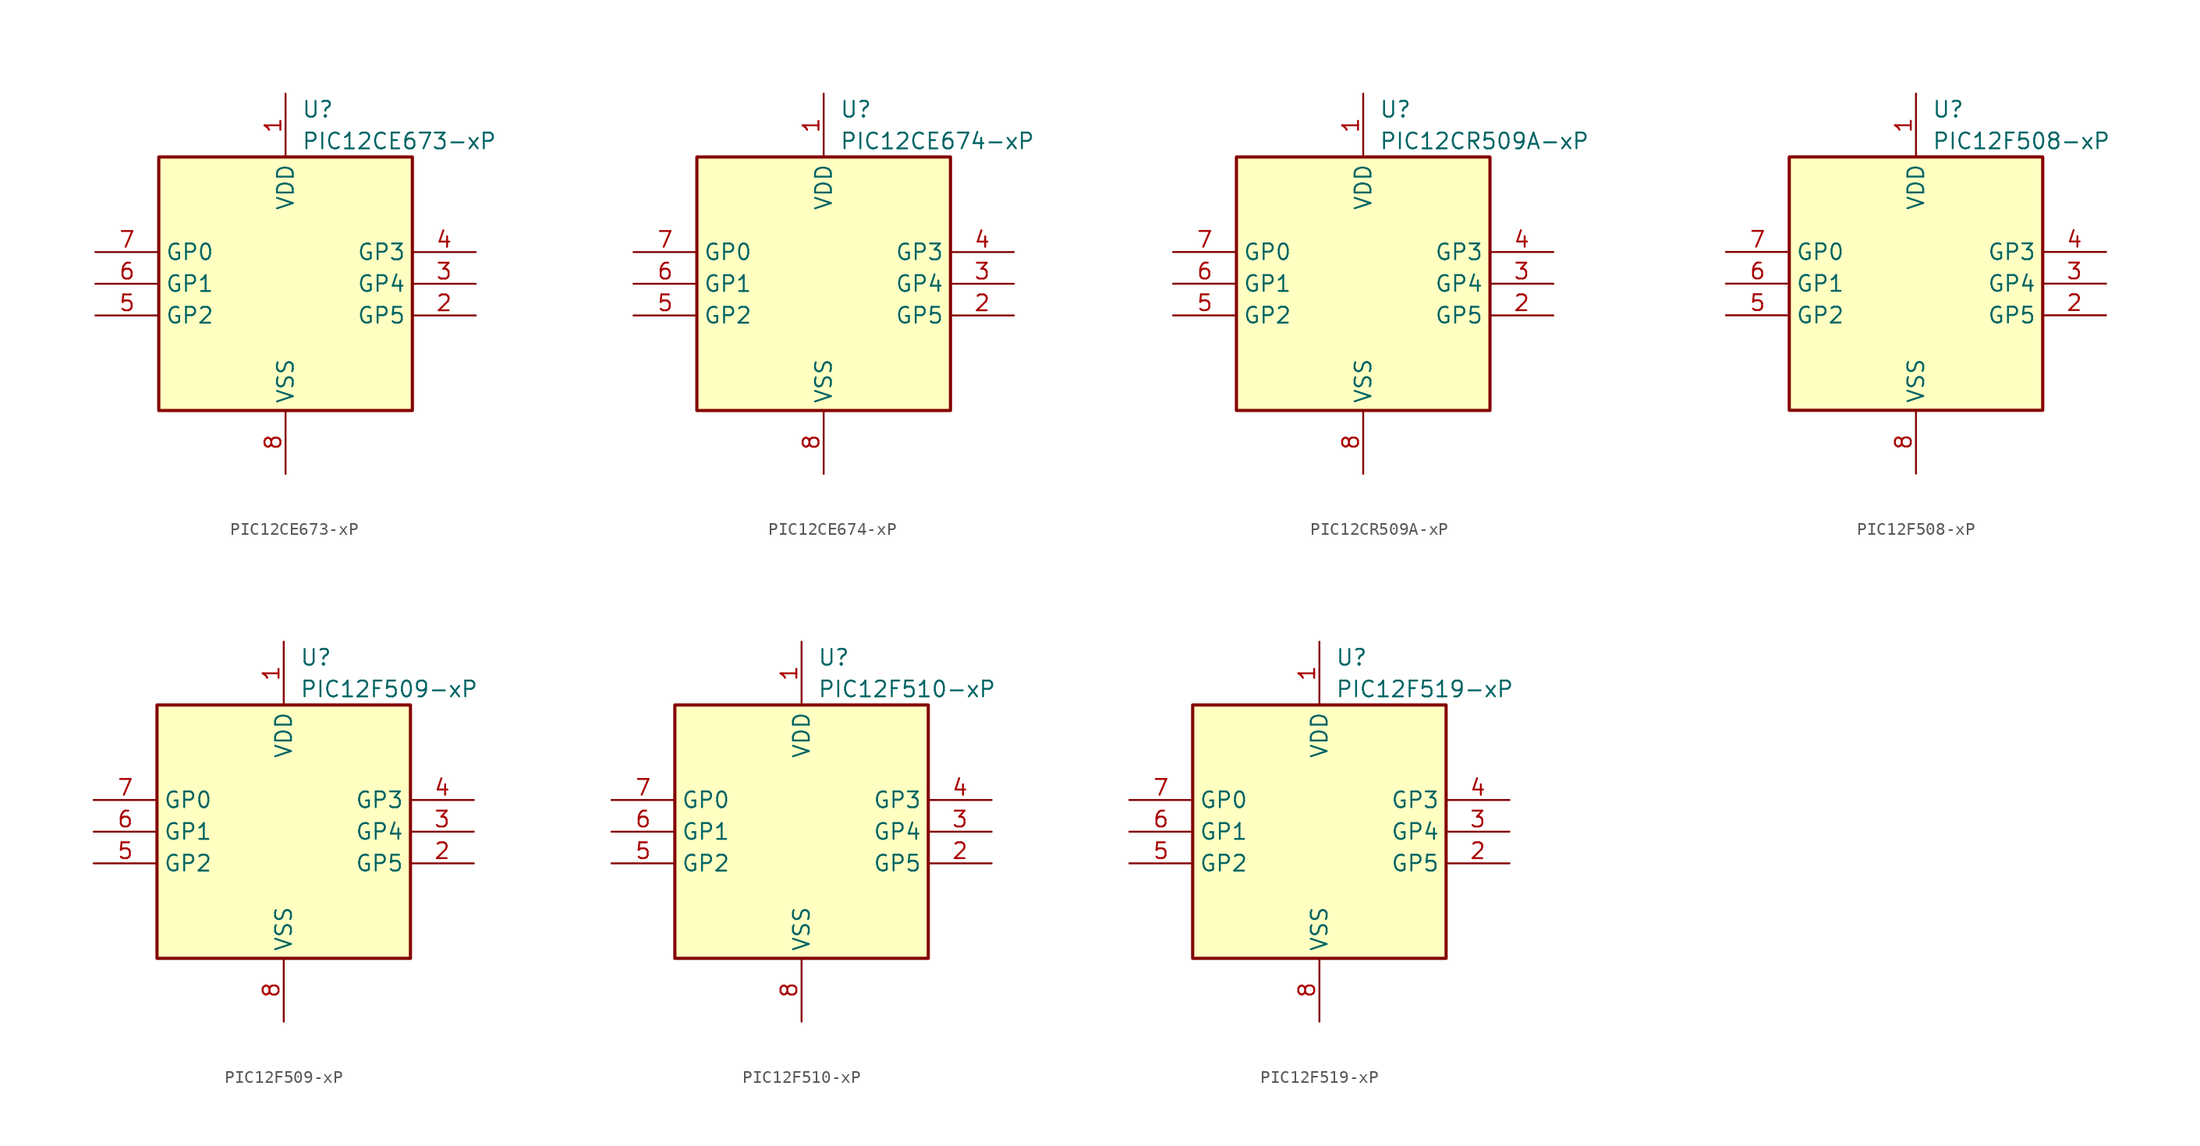
<source format=kicad_sym>
(kicad_symbol_lib
  (version 20241209)
  (generator "kicad_symbol_editor")
  (generator_version "9.0")
  (symbol "PIC12CE673-xP"
    (property "Reference" "U"
      (at 1.27 13.97 0)
      (effects (font (size 1.27 1.27)) (justify left)))
    (property "Value" "PIC12CE673-xP"
      (at 1.27 11.43 0)
      (effects (font (size 1.27 1.27)) (justify left)))
    (symbol "PIC12CE673-xP_0_1"
      (rectangle (start 10.16 -10.16) (end -10.16 10.16) (stroke (width 0.254) (type default)) (fill (type background))))
    (symbol "PIC12CE673-xP_1_1"
      (pin bidirectional line (at -15.24 2.54 0) (length 5.08) (name "GP0" (effects (font (size 1.27 1.27)))) (number "7" (effects (font (size 1.27 1.27)))))
      (pin bidirectional line (at -15.24 0 0) (length 5.08) (name "GP1" (effects (font (size 1.27 1.27)))) (number "6" (effects (font (size 1.27 1.27)))))
      (pin bidirectional line (at -15.24 -2.54 0) (length 5.08) (name "GP2" (effects (font (size 1.27 1.27)))) (number "5" (effects (font (size 1.27 1.27)))))
      (pin power_in line (at 0 15.24 270) (length 5.08) (name "VDD" (effects (font (size 1.27 1.27)))) (number "1" (effects (font (size 1.27 1.27)))))
      (pin power_in line (at 0 -15.24 90) (length 5.08) (name "VSS" (effects (font (size 1.27 1.27)))) (number "8" (effects (font (size 1.27 1.27)))))
      (pin input line (at 15.24 2.54 180) (length 5.08) (name "GP3" (effects (font (size 1.27 1.27)))) (number "4" (effects (font (size 1.27 1.27)))))
      (pin bidirectional line (at 15.24 0 180) (length 5.08) (name "GP4" (effects (font (size 1.27 1.27)))) (number "3" (effects (font (size 1.27 1.27)))))
      (pin bidirectional line (at 15.24 -2.54 180) (length 5.08) (name "GP5" (effects (font (size 1.27 1.27)))) (number "2" (effects (font (size 1.27 1.27)))))))
  (symbol "PIC12CE674-xP"
    (property "Reference" "U"
      (at 1.27 13.97 0)
      (effects (font (size 1.27 1.27)) (justify left)))
    (property "Value" "PIC12CE674-xP"
      (at 1.27 11.43 0)
      (effects (font (size 1.27 1.27)) (justify left)))
    (symbol "PIC12CE674-xP_0_1"
      (rectangle (start 10.16 -10.16) (end -10.16 10.16) (stroke (width 0.254) (type default)) (fill (type background))))
    (symbol "PIC12CE674-xP_1_1"
      (pin bidirectional line (at -15.24 2.54 0) (length 5.08) (name "GP0" (effects (font (size 1.27 1.27)))) (number "7" (effects (font (size 1.27 1.27)))))
      (pin bidirectional line (at -15.24 0 0) (length 5.08) (name "GP1" (effects (font (size 1.27 1.27)))) (number "6" (effects (font (size 1.27 1.27)))))
      (pin bidirectional line (at -15.24 -2.54 0) (length 5.08) (name "GP2" (effects (font (size 1.27 1.27)))) (number "5" (effects (font (size 1.27 1.27)))))
      (pin power_in line (at 0 15.24 270) (length 5.08) (name "VDD" (effects (font (size 1.27 1.27)))) (number "1" (effects (font (size 1.27 1.27)))))
      (pin power_in line (at 0 -15.24 90) (length 5.08) (name "VSS" (effects (font (size 1.27 1.27)))) (number "8" (effects (font (size 1.27 1.27)))))
      (pin input line (at 15.24 2.54 180) (length 5.08) (name "GP3" (effects (font (size 1.27 1.27)))) (number "4" (effects (font (size 1.27 1.27)))))
      (pin bidirectional line (at 15.24 0 180) (length 5.08) (name "GP4" (effects (font (size 1.27 1.27)))) (number "3" (effects (font (size 1.27 1.27)))))
      (pin bidirectional line (at 15.24 -2.54 180) (length 5.08) (name "GP5" (effects (font (size 1.27 1.27)))) (number "2" (effects (font (size 1.27 1.27)))))))
  (symbol "PIC12CR509A-xP"
    (property "Reference" "U"
      (at 1.27 13.97 0)
      (effects (font (size 1.27 1.27)) (justify left)))
    (property "Value" "PIC12CR509A-xP"
      (at 1.27 11.43 0)
      (effects (font (size 1.27 1.27)) (justify left)))
    (symbol "PIC12CR509A-xP_0_1"
      (rectangle (start 10.16 -10.16) (end -10.16 10.16) (stroke (width 0.254) (type default)) (fill (type background))))
    (symbol "PIC12CR509A-xP_1_1"
      (pin bidirectional line (at -15.24 2.54 0) (length 5.08) (name "GP0" (effects (font (size 1.27 1.27)))) (number "7" (effects (font (size 1.27 1.27)))))
      (pin bidirectional line (at -15.24 0 0) (length 5.08) (name "GP1" (effects (font (size 1.27 1.27)))) (number "6" (effects (font (size 1.27 1.27)))))
      (pin bidirectional line (at -15.24 -2.54 0) (length 5.08) (name "GP2" (effects (font (size 1.27 1.27)))) (number "5" (effects (font (size 1.27 1.27)))))
      (pin power_in line (at 0 15.24 270) (length 5.08) (name "VDD" (effects (font (size 1.27 1.27)))) (number "1" (effects (font (size 1.27 1.27)))))
      (pin power_in line (at 0 -15.24 90) (length 5.08) (name "VSS" (effects (font (size 1.27 1.27)))) (number "8" (effects (font (size 1.27 1.27)))))
      (pin input line (at 15.24 2.54 180) (length 5.08) (name "GP3" (effects (font (size 1.27 1.27)))) (number "4" (effects (font (size 1.27 1.27)))))
      (pin bidirectional line (at 15.24 0 180) (length 5.08) (name "GP4" (effects (font (size 1.27 1.27)))) (number "3" (effects (font (size 1.27 1.27)))))
      (pin bidirectional line (at 15.24 -2.54 180) (length 5.08) (name "GP5" (effects (font (size 1.27 1.27)))) (number "2" (effects (font (size 1.27 1.27)))))))
  (symbol "PIC12F508-xP"
    (property "Reference" "U"
      (at 1.27 13.97 0)
      (effects (font (size 1.27 1.27)) (justify left)))
    (property "Value" "PIC12F508-xP"
      (at 1.27 11.43 0)
      (effects (font (size 1.27 1.27)) (justify left)))
    (symbol "PIC12F508-xP_0_1"
      (rectangle (start 10.16 -10.16) (end -10.16 10.16) (stroke (width 0.254) (type default)) (fill (type background))))
    (symbol "PIC12F508-xP_1_1"
      (pin bidirectional line (at -15.24 2.54 0) (length 5.08) (name "GP0" (effects (font (size 1.27 1.27)))) (number "7" (effects (font (size 1.27 1.27)))))
      (pin bidirectional line (at -15.24 0 0) (length 5.08) (name "GP1" (effects (font (size 1.27 1.27)))) (number "6" (effects (font (size 1.27 1.27)))))
      (pin bidirectional line (at -15.24 -2.54 0) (length 5.08) (name "GP2" (effects (font (size 1.27 1.27)))) (number "5" (effects (font (size 1.27 1.27)))))
      (pin power_in line (at 0 15.24 270) (length 5.08) (name "VDD" (effects (font (size 1.27 1.27)))) (number "1" (effects (font (size 1.27 1.27)))))
      (pin power_in line (at 0 -15.24 90) (length 5.08) (name "VSS" (effects (font (size 1.27 1.27)))) (number "8" (effects (font (size 1.27 1.27)))))
      (pin input line (at 15.24 2.54 180) (length 5.08) (name "GP3" (effects (font (size 1.27 1.27)))) (number "4" (effects (font (size 1.27 1.27)))))
      (pin bidirectional line (at 15.24 0 180) (length 5.08) (name "GP4" (effects (font (size 1.27 1.27)))) (number "3" (effects (font (size 1.27 1.27)))))
      (pin bidirectional line (at 15.24 -2.54 180) (length 5.08) (name "GP5" (effects (font (size 1.27 1.27)))) (number "2" (effects (font (size 1.27 1.27)))))))
  (symbol "PIC12F509-xP"
    (property "Reference" "U"
      (at 1.27 13.97 0)
      (effects (font (size 1.27 1.27)) (justify left)))
    (property "Value" "PIC12F509-xP"
      (at 1.27 11.43 0)
      (effects (font (size 1.27 1.27)) (justify left)))
    (symbol "PIC12F509-xP_0_1"
      (rectangle (start 10.16 -10.16) (end -10.16 10.16) (stroke (width 0.254) (type default)) (fill (type background))))
    (symbol "PIC12F509-xP_1_1"
      (pin bidirectional line (at -15.24 2.54 0) (length 5.08) (name "GP0" (effects (font (size 1.27 1.27)))) (number "7" (effects (font (size 1.27 1.27)))))
      (pin bidirectional line (at -15.24 0 0) (length 5.08) (name "GP1" (effects (font (size 1.27 1.27)))) (number "6" (effects (font (size 1.27 1.27)))))
      (pin bidirectional line (at -15.24 -2.54 0) (length 5.08) (name "GP2" (effects (font (size 1.27 1.27)))) (number "5" (effects (font (size 1.27 1.27)))))
      (pin power_in line (at 0 15.24 270) (length 5.08) (name "VDD" (effects (font (size 1.27 1.27)))) (number "1" (effects (font (size 1.27 1.27)))))
      (pin power_in line (at 0 -15.24 90) (length 5.08) (name "VSS" (effects (font (size 1.27 1.27)))) (number "8" (effects (font (size 1.27 1.27)))))
      (pin input line (at 15.24 2.54 180) (length 5.08) (name "GP3" (effects (font (size 1.27 1.27)))) (number "4" (effects (font (size 1.27 1.27)))))
      (pin bidirectional line (at 15.24 0 180) (length 5.08) (name "GP4" (effects (font (size 1.27 1.27)))) (number "3" (effects (font (size 1.27 1.27)))))
      (pin bidirectional line (at 15.24 -2.54 180) (length 5.08) (name "GP5" (effects (font (size 1.27 1.27)))) (number "2" (effects (font (size 1.27 1.27)))))))
  (symbol "PIC12F510-xP"
    (property "Reference" "U"
      (at 1.27 13.97 0)
      (effects (font (size 1.27 1.27)) (justify left)))
    (property "Value" "PIC12F510-xP"
      (at 1.27 11.43 0)
      (effects (font (size 1.27 1.27)) (justify left)))
    (symbol "PIC12F510-xP_0_1"
      (rectangle (start 10.16 -10.16) (end -10.16 10.16) (stroke (width 0.254) (type default)) (fill (type background))))
    (symbol "PIC12F510-xP_1_1"
      (pin bidirectional line (at -15.24 2.54 0) (length 5.08) (name "GP0" (effects (font (size 1.27 1.27)))) (number "7" (effects (font (size 1.27 1.27)))))
      (pin bidirectional line (at -15.24 0 0) (length 5.08) (name "GP1" (effects (font (size 1.27 1.27)))) (number "6" (effects (font (size 1.27 1.27)))))
      (pin bidirectional line (at -15.24 -2.54 0) (length 5.08) (name "GP2" (effects (font (size 1.27 1.27)))) (number "5" (effects (font (size 1.27 1.27)))))
      (pin power_in line (at 0 15.24 270) (length 5.08) (name "VDD" (effects (font (size 1.27 1.27)))) (number "1" (effects (font (size 1.27 1.27)))))
      (pin power_in line (at 0 -15.24 90) (length 5.08) (name "VSS" (effects (font (size 1.27 1.27)))) (number "8" (effects (font (size 1.27 1.27)))))
      (pin input line (at 15.24 2.54 180) (length 5.08) (name "GP3" (effects (font (size 1.27 1.27)))) (number "4" (effects (font (size 1.27 1.27)))))
      (pin bidirectional line (at 15.24 0 180) (length 5.08) (name "GP4" (effects (font (size 1.27 1.27)))) (number "3" (effects (font (size 1.27 1.27)))))
      (pin bidirectional line (at 15.24 -2.54 180) (length 5.08) (name "GP5" (effects (font (size 1.27 1.27)))) (number "2" (effects (font (size 1.27 1.27)))))))
  (symbol "PIC12F519-xP"
    (property "Reference" "U"
      (at 1.27 13.97 0)
      (effects (font (size 1.27 1.27)) (justify left)))
    (property "Value" "PIC12F519-xP"
      (at 1.27 11.43 0)
      (effects (font (size 1.27 1.27)) (justify left)))
    (symbol "PIC12F519-xP_0_1"
      (rectangle (start 10.16 -10.16) (end -10.16 10.16) (stroke (width 0.254) (type default)) (fill (type background))))
    (symbol "PIC12F519-xP_1_1"
      (pin bidirectional line (at -15.24 2.54 0) (length 5.08) (name "GP0" (effects (font (size 1.27 1.27)))) (number "7" (effects (font (size 1.27 1.27)))))
      (pin bidirectional line (at -15.24 0 0) (length 5.08) (name "GP1" (effects (font (size 1.27 1.27)))) (number "6" (effects (font (size 1.27 1.27)))))
      (pin bidirectional line (at -15.24 -2.54 0) (length 5.08) (name "GP2" (effects (font (size 1.27 1.27)))) (number "5" (effects (font (size 1.27 1.27)))))
      (pin power_in line (at 0 15.24 270) (length 5.08) (name "VDD" (effects (font (size 1.27 1.27)))) (number "1" (effects (font (size 1.27 1.27)))))
      (pin power_in line (at 0 -15.24 90) (length 5.08) (name "VSS" (effects (font (size 1.27 1.27)))) (number "8" (effects (font (size 1.27 1.27)))))
      (pin input line (at 15.24 2.54 180) (length 5.08) (name "GP3" (effects (font (size 1.27 1.27)))) (number "4" (effects (font (size 1.27 1.27)))))
      (pin bidirectional line (at 15.24 0 180) (length 5.08) (name "GP4" (effects (font (size 1.27 1.27)))) (number "3" (effects (font (size 1.27 1.27)))))
      (pin bidirectional line (at 15.24 -2.54 180) (length 5.08) (name "GP5" (effects (font (size 1.27 1.27)))) (number "2" (effects (font (size 1.27 1.27))))))))
</source>
